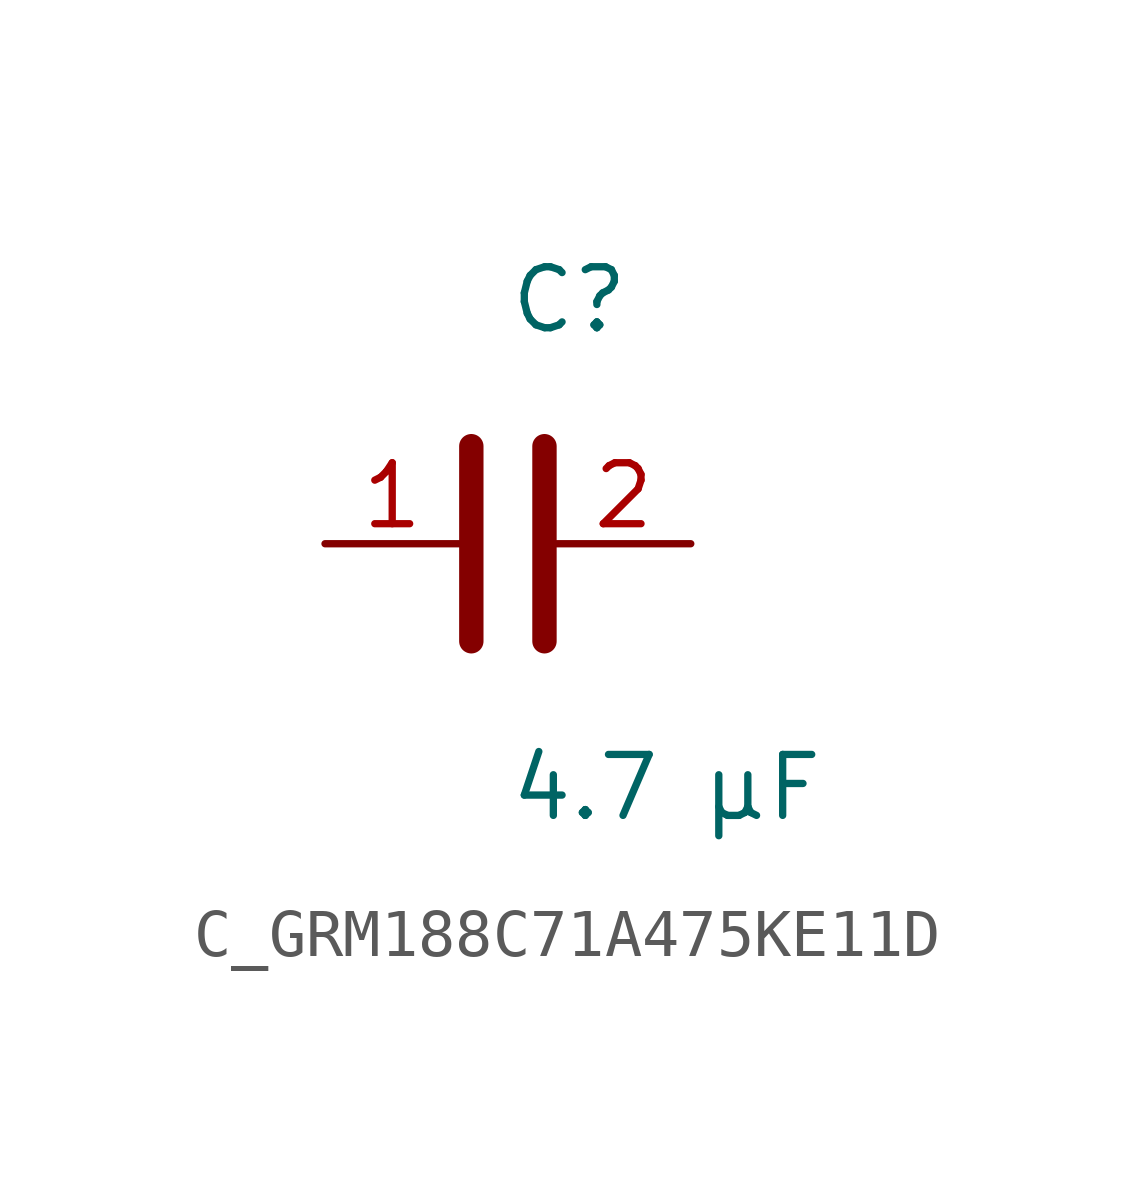
<source format=kicad_sym>
(kicad_symbol_lib
  (version 20231120)
  (generator kicad_symbol_editor)
  (generator_version 8.0)
  (symbol "C_GRM188C71A475KE11D"
    (pin_names
      (offset 0.254))
    (property "Reference" "C"
      (at 0.0 5.08 0)
      (effects (font (size 1.27 1.27)) (justify left)))
    (property "Value" "4.7 µF"
      (at 0.0 -5.08 0)
      (effects (font (size 1.27 1.27)) (justify left)))
    (symbol "C_GRM188C71A475KE11D_0_1"
      (polyline (pts (xy -0.762 -2.032) (xy -0.762 2.032)) (stroke (width 0.508) (type default)) (fill (type none)))
      (polyline (pts (xy 0.762 -2.032) (xy 0.762 2.032)) (stroke (width 0.508) (type default)) (fill (type none))))
    (pin unspecified line
      (at -3.81 0 0)
      (length 2.8)
      (name "" (effects (font (size 1.27 1.27))))
      (number "1" (effects (font (size 1.27 1.27)))))
    (pin unspecified line
      (at 3.81 0 180)
      (length 2.8)
      (name "" (effects (font (size 1.27 1.27))))
      (number "2" (effects (font (size 1.27 1.27)))))))
</source>
